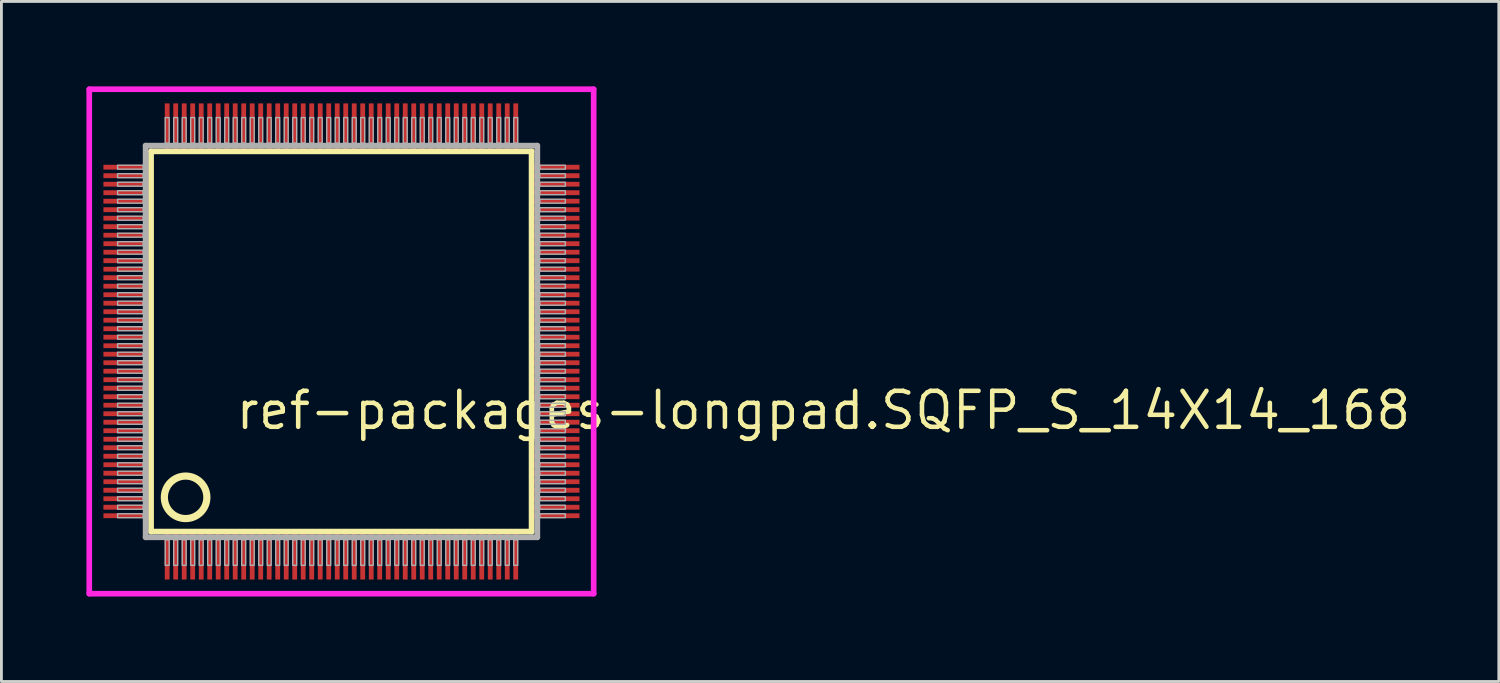
<source format=kicad_pcb>
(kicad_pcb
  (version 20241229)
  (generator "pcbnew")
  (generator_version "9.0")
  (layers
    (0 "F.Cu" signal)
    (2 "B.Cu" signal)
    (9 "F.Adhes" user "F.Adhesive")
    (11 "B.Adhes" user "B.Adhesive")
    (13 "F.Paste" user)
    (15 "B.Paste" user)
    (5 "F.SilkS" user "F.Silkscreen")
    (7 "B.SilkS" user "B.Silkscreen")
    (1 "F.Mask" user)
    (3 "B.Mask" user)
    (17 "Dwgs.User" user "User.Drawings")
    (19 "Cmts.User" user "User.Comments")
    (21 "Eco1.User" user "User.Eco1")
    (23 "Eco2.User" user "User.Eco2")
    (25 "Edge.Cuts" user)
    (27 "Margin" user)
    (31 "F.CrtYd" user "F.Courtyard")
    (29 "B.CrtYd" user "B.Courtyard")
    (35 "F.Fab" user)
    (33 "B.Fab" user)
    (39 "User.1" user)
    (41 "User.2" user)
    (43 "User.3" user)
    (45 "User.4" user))
  (footprint "ref-packages-longpad.SQFP_S_14X14_168"
    (layer "F.Cu")
    (at 9 9)
    (property "Reference" "ref-packages-longpad.SQFP_S_14X14_168" (at -3.81 3.175 0) (layer "F.SilkS") (effects (font (size 1.27 1.27) (thickness 0.16)) (justify left bottom)))
    (attr smd)
    (fp_line (start -6.72 -6.71) (end 6.71 -6.71) (stroke (width 0.203) (type default)) (layer "F.SilkS"))
    (fp_line (start -6.72 6.71) (end -6.72 -6.71) (stroke (width 0.203) (type default)) (layer "F.SilkS"))
    (fp_line (start 6.71 -6.71) (end 6.71 6.71) (stroke (width 0.203) (type default)) (layer "F.SilkS"))
    (fp_line (start 6.71 6.71) (end -6.72 6.71) (stroke (width 0.203) (type default)) (layer "F.SilkS"))
    (fp_circle (center -5.5 5.5) (end -4.75 5.5) (stroke (width 0.254) (type default)) (fill no) (layer "F.SilkS"))
    (fp_line (start -8.9 -8.9) (end 8.9 -8.9) (stroke (width 0.2) (type default)) (layer "F.CrtYd"))
    (fp_line (start -8.9 8.9) (end -8.9 -8.9) (stroke (width 0.2) (type default)) (layer "F.CrtYd"))
    (fp_line (start 8.9 -8.9) (end 8.9 8.9) (stroke (width 0.2) (type default)) (layer "F.CrtYd"))
    (fp_line (start 8.9 8.9) (end -8.9 8.9) (stroke (width 0.2) (type default)) (layer "F.CrtYd"))
    (fp_line (start -6.91 -6.91) (end -6.91 6.91) (stroke (width 0.203) (type default)) (layer "F.Fab"))
    (fp_line (start -6.91 6.91) (end 6.91 6.91) (stroke (width 0.203) (type default)) (layer "F.Fab"))
    (fp_line (start 6.91 -6.91) (end -6.91 -6.91) (stroke (width 0.203) (type default)) (layer "F.Fab"))
    (fp_line (start 6.91 6.91) (end 6.91 -6.91) (stroke (width 0.203) (type default)) (layer "F.Fab"))
    (fp_rect (start -7.9 -6.08) (end -7 -6.22) (stroke (width 0.05) (type default)) (fill no) (layer "F.Fab"))
    (fp_rect (start -7.9 -5.78) (end -7 -5.92) (stroke (width 0.05) (type default)) (fill no) (layer "F.Fab"))
    (fp_rect (start -7.9 -5.48) (end -7 -5.62) (stroke (width 0.05) (type default)) (fill no) (layer "F.Fab"))
    (fp_rect (start -7.9 -5.18) (end -7 -5.32) (stroke (width 0.05) (type default)) (fill no) (layer "F.Fab"))
    (fp_rect (start -7.9 -4.88) (end -7 -5.02) (stroke (width 0.05) (type default)) (fill no) (layer "F.Fab"))
    (fp_rect (start -7.9 -4.58) (end -7 -4.72) (stroke (width 0.05) (type default)) (fill no) (layer "F.Fab"))
    (fp_rect (start -7.9 -4.28) (end -7 -4.42) (stroke (width 0.05) (type default)) (fill no) (layer "F.Fab"))
    (fp_rect (start -7.9 -3.98) (end -7 -4.12) (stroke (width 0.05) (type default)) (fill no) (layer "F.Fab"))
    (fp_rect (start -7.9 -3.68) (end -7 -3.82) (stroke (width 0.05) (type default)) (fill no) (layer "F.Fab"))
    (fp_rect (start -7.9 -3.38) (end -7 -3.52) (stroke (width 0.05) (type default)) (fill no) (layer "F.Fab"))
    (fp_rect (start -7.9 -3.08) (end -7 -3.22) (stroke (width 0.05) (type default)) (fill no) (layer "F.Fab"))
    (fp_rect (start -7.9 -2.78) (end -7 -2.92) (stroke (width 0.05) (type default)) (fill no) (layer "F.Fab"))
    (fp_rect (start -7.9 -2.48) (end -7 -2.62) (stroke (width 0.05) (type default)) (fill no) (layer "F.Fab"))
    (fp_rect (start -7.9 -2.18) (end -7 -2.32) (stroke (width 0.05) (type default)) (fill no) (layer "F.Fab"))
    (fp_rect (start -7.9 -1.88) (end -7 -2.02) (stroke (width 0.05) (type default)) (fill no) (layer "F.Fab"))
    (fp_rect (start -7.9 -1.58) (end -7 -1.72) (stroke (width 0.05) (type default)) (fill no) (layer "F.Fab"))
    (fp_rect (start -7.9 -1.28) (end -7 -1.42) (stroke (width 0.05) (type default)) (fill no) (layer "F.Fab"))
    (fp_rect (start -7.9 -0.98) (end -7 -1.12) (stroke (width 0.05) (type default)) (fill no) (layer "F.Fab"))
    (fp_rect (start -7.9 -0.68) (end -7 -0.82) (stroke (width 0.05) (type default)) (fill no) (layer "F.Fab"))
    (fp_rect (start -7.9 -0.38) (end -7 -0.52) (stroke (width 0.05) (type default)) (fill no) (layer "F.Fab"))
    (fp_rect (start -7.9 -0.08) (end -7 -0.22) (stroke (width 0.05) (type default)) (fill no) (layer "F.Fab"))
    (fp_rect (start -7.9 0.22) (end -7 0.08) (stroke (width 0.05) (type default)) (fill no) (layer "F.Fab"))
    (fp_rect (start -7.9 0.52) (end -7 0.38) (stroke (width 0.05) (type default)) (fill no) (layer "F.Fab"))
    (fp_rect (start -7.9 0.82) (end -7 0.68) (stroke (width 0.05) (type default)) (fill no) (layer "F.Fab"))
    (fp_rect (start -7.9 1.12) (end -7 0.98) (stroke (width 0.05) (type default)) (fill no) (layer "F.Fab"))
    (fp_rect (start -7.9 1.42) (end -7 1.28) (stroke (width 0.05) (type default)) (fill no) (layer "F.Fab"))
    (fp_rect (start -7.9 1.72) (end -7 1.58) (stroke (width 0.05) (type default)) (fill no) (layer "F.Fab"))
    (fp_rect (start -7.9 2.02) (end -7 1.88) (stroke (width 0.05) (type default)) (fill no) (layer "F.Fab"))
    (fp_rect (start -7.9 2.32) (end -7 2.18) (stroke (width 0.05) (type default)) (fill no) (layer "F.Fab"))
    (fp_rect (start -7.9 2.62) (end -7 2.48) (stroke (width 0.05) (type default)) (fill no) (layer "F.Fab"))
    (fp_rect (start -7.9 2.92) (end -7 2.78) (stroke (width 0.05) (type default)) (fill no) (layer "F.Fab"))
    (fp_rect (start -7.9 3.22) (end -7 3.08) (stroke (width 0.05) (type default)) (fill no) (layer "F.Fab"))
    (fp_rect (start -7.9 3.52) (end -7 3.38) (stroke (width 0.05) (type default)) (fill no) (layer "F.Fab"))
    (fp_rect (start -7.9 3.82) (end -7 3.68) (stroke (width 0.05) (type default)) (fill no) (layer "F.Fab"))
    (fp_rect (start -7.9 4.12) (end -7 3.98) (stroke (width 0.05) (type default)) (fill no) (layer "F.Fab"))
    (fp_rect (start -7.9 4.42) (end -7 4.28) (stroke (width 0.05) (type default)) (fill no) (layer "F.Fab"))
    (fp_rect (start -7.9 4.72) (end -7 4.58) (stroke (width 0.05) (type default)) (fill no) (layer "F.Fab"))
    (fp_rect (start -7.9 5.02) (end -7 4.88) (stroke (width 0.05) (type default)) (fill no) (layer "F.Fab"))
    (fp_rect (start -7.9 5.32) (end -7 5.18) (stroke (width 0.05) (type default)) (fill no) (layer "F.Fab"))
    (fp_rect (start -7.9 5.62) (end -7 5.48) (stroke (width 0.05) (type default)) (fill no) (layer "F.Fab"))
    (fp_rect (start -7.9 5.92) (end -7 5.78) (stroke (width 0.05) (type default)) (fill no) (layer "F.Fab"))
    (fp_rect (start -7.9 6.22) (end -7 6.08) (stroke (width 0.05) (type default)) (fill no) (layer "F.Fab"))
    (fp_rect (start -6.22 -7) (end -6.08 -7.9) (stroke (width 0.05) (type default)) (fill no) (layer "F.Fab"))
    (fp_rect (start -6.22 7.9) (end -6.08 7) (stroke (width 0.05) (type default)) (fill no) (layer "F.Fab"))
    (fp_rect (start -5.92 -7) (end -5.78 -7.9) (stroke (width 0.05) (type default)) (fill no) (layer "F.Fab"))
    (fp_rect (start -5.92 7.9) (end -5.78 7) (stroke (width 0.05) (type default)) (fill no) (layer "F.Fab"))
    (fp_rect (start -5.62 -7) (end -5.48 -7.9) (stroke (width 0.05) (type default)) (fill no) (layer "F.Fab"))
    (fp_rect (start -5.62 7.9) (end -5.48 7) (stroke (width 0.05) (type default)) (fill no) (layer "F.Fab"))
    (fp_rect (start -5.32 -7) (end -5.18 -7.9) (stroke (width 0.05) (type default)) (fill no) (layer "F.Fab"))
    (fp_rect (start -5.32 7.9) (end -5.18 7) (stroke (width 0.05) (type default)) (fill no) (layer "F.Fab"))
    (fp_rect (start -5.02 -7) (end -4.88 -7.9) (stroke (width 0.05) (type default)) (fill no) (layer "F.Fab"))
    (fp_rect (start -5.02 7.9) (end -4.88 7) (stroke (width 0.05) (type default)) (fill no) (layer "F.Fab"))
    (fp_rect (start -4.72 -7) (end -4.58 -7.9) (stroke (width 0.05) (type default)) (fill no) (layer "F.Fab"))
    (fp_rect (start -4.72 7.9) (end -4.58 7) (stroke (width 0.05) (type default)) (fill no) (layer "F.Fab"))
    (fp_rect (start -4.42 -7) (end -4.28 -7.9) (stroke (width 0.05) (type default)) (fill no) (layer "F.Fab"))
    (fp_rect (start -4.42 7.9) (end -4.28 7) (stroke (width 0.05) (type default)) (fill no) (layer "F.Fab"))
    (fp_rect (start -4.12 -7) (end -3.98 -7.9) (stroke (width 0.05) (type default)) (fill no) (layer "F.Fab"))
    (fp_rect (start -4.12 7.9) (end -3.98 7) (stroke (width 0.05) (type default)) (fill no) (layer "F.Fab"))
    (fp_rect (start -3.82 -7) (end -3.68 -7.9) (stroke (width 0.05) (type default)) (fill no) (layer "F.Fab"))
    (fp_rect (start -3.82 7.9) (end -3.68 7) (stroke (width 0.05) (type default)) (fill no) (layer "F.Fab"))
    (fp_rect (start -3.52 -7) (end -3.38 -7.9) (stroke (width 0.05) (type default)) (fill no) (layer "F.Fab"))
    (fp_rect (start -3.52 7.9) (end -3.38 7) (stroke (width 0.05) (type default)) (fill no) (layer "F.Fab"))
    (fp_rect (start -3.22 -7) (end -3.08 -7.9) (stroke (width 0.05) (type default)) (fill no) (layer "F.Fab"))
    (fp_rect (start -3.22 7.9) (end -3.08 7) (stroke (width 0.05) (type default)) (fill no) (layer "F.Fab"))
    (fp_rect (start -2.92 -7) (end -2.78 -7.9) (stroke (width 0.05) (type default)) (fill no) (layer "F.Fab"))
    (fp_rect (start -2.92 7.9) (end -2.78 7) (stroke (width 0.05) (type default)) (fill no) (layer "F.Fab"))
    (fp_rect (start -2.62 -7) (end -2.48 -7.9) (stroke (width 0.05) (type default)) (fill no) (layer "F.Fab"))
    (fp_rect (start -2.62 7.9) (end -2.48 7) (stroke (width 0.05) (type default)) (fill no) (layer "F.Fab"))
    (fp_rect (start -2.32 -7) (end -2.18 -7.9) (stroke (width 0.05) (type default)) (fill no) (layer "F.Fab"))
    (fp_rect (start -2.32 7.9) (end -2.18 7) (stroke (width 0.05) (type default)) (fill no) (layer "F.Fab"))
    (fp_rect (start -2.02 -7) (end -1.88 -7.9) (stroke (width 0.05) (type default)) (fill no) (layer "F.Fab"))
    (fp_rect (start -2.02 7.9) (end -1.88 7) (stroke (width 0.05) (type default)) (fill no) (layer "F.Fab"))
    (fp_rect (start -1.72 -7) (end -1.58 -7.9) (stroke (width 0.05) (type default)) (fill no) (layer "F.Fab"))
    (fp_rect (start -1.72 7.9) (end -1.58 7) (stroke (width 0.05) (type default)) (fill no) (layer "F.Fab"))
    (fp_rect (start -1.42 -7) (end -1.28 -7.9) (stroke (width 0.05) (type default)) (fill no) (layer "F.Fab"))
    (fp_rect (start -1.42 7.9) (end -1.28 7) (stroke (width 0.05) (type default)) (fill no) (layer "F.Fab"))
    (fp_rect (start -1.12 -7) (end -0.98 -7.9) (stroke (width 0.05) (type default)) (fill no) (layer "F.Fab"))
    (fp_rect (start -1.12 7.9) (end -0.98 7) (stroke (width 0.05) (type default)) (fill no) (layer "F.Fab"))
    (fp_rect (start -0.82 -7) (end -0.68 -7.9) (stroke (width 0.05) (type default)) (fill no) (layer "F.Fab"))
    (fp_rect (start -0.82 7.9) (end -0.68 7) (stroke (width 0.05) (type default)) (fill no) (layer "F.Fab"))
    (fp_rect (start -0.52 -7) (end -0.38 -7.9) (stroke (width 0.05) (type default)) (fill no) (layer "F.Fab"))
    (fp_rect (start -0.52 7.9) (end -0.38 7) (stroke (width 0.05) (type default)) (fill no) (layer "F.Fab"))
    (fp_rect (start -0.22 -7) (end -0.08 -7.9) (stroke (width 0.05) (type default)) (fill no) (layer "F.Fab"))
    (fp_rect (start -0.22 7.9) (end -0.08 7) (stroke (width 0.05) (type default)) (fill no) (layer "F.Fab"))
    (fp_rect (start 0.08 -7) (end 0.22 -7.9) (stroke (width 0.05) (type default)) (fill no) (layer "F.Fab"))
    (fp_rect (start 0.08 7.9) (end 0.22 7) (stroke (width 0.05) (type default)) (fill no) (layer "F.Fab"))
    (fp_rect (start 0.38 -7) (end 0.52 -7.9) (stroke (width 0.05) (type default)) (fill no) (layer "F.Fab"))
    (fp_rect (start 0.38 7.9) (end 0.52 7) (stroke (width 0.05) (type default)) (fill no) (layer "F.Fab"))
    (fp_rect (start 0.68 -7) (end 0.82 -7.9) (stroke (width 0.05) (type default)) (fill no) (layer "F.Fab"))
    (fp_rect (start 0.68 7.9) (end 0.82 7) (stroke (width 0.05) (type default)) (fill no) (layer "F.Fab"))
    (fp_rect (start 0.98 -7) (end 1.12 -7.9) (stroke (width 0.05) (type default)) (fill no) (layer "F.Fab"))
    (fp_rect (start 0.98 7.9) (end 1.12 7) (stroke (width 0.05) (type default)) (fill no) (layer "F.Fab"))
    (fp_rect (start 1.28 -7) (end 1.42 -7.9) (stroke (width 0.05) (type default)) (fill no) (layer "F.Fab"))
    (fp_rect (start 1.28 7.9) (end 1.42 7) (stroke (width 0.05) (type default)) (fill no) (layer "F.Fab"))
    (fp_rect (start 1.58 -7) (end 1.72 -7.9) (stroke (width 0.05) (type default)) (fill no) (layer "F.Fab"))
    (fp_rect (start 1.58 7.9) (end 1.72 7) (stroke (width 0.05) (type default)) (fill no) (layer "F.Fab"))
    (fp_rect (start 1.88 -7) (end 2.02 -7.9) (stroke (width 0.05) (type default)) (fill no) (layer "F.Fab"))
    (fp_rect (start 1.88 7.9) (end 2.02 7) (stroke (width 0.05) (type default)) (fill no) (layer "F.Fab"))
    (fp_rect (start 2.18 -7) (end 2.32 -7.9) (stroke (width 0.05) (type default)) (fill no) (layer "F.Fab"))
    (fp_rect (start 2.18 7.9) (end 2.32 7) (stroke (width 0.05) (type default)) (fill no) (layer "F.Fab"))
    (fp_rect (start 2.48 -7) (end 2.62 -7.9) (stroke (width 0.05) (type default)) (fill no) (layer "F.Fab"))
    (fp_rect (start 2.48 7.9) (end 2.62 7) (stroke (width 0.05) (type default)) (fill no) (layer "F.Fab"))
    (fp_rect (start 2.78 -7) (end 2.92 -7.9) (stroke (width 0.05) (type default)) (fill no) (layer "F.Fab"))
    (fp_rect (start 2.78 7.9) (end 2.92 7) (stroke (width 0.05) (type default)) (fill no) (layer "F.Fab"))
    (fp_rect (start 3.08 -7) (end 3.22 -7.9) (stroke (width 0.05) (type default)) (fill no) (layer "F.Fab"))
    (fp_rect (start 3.08 7.9) (end 3.22 7) (stroke (width 0.05) (type default)) (fill no) (layer "F.Fab"))
    (fp_rect (start 3.38 -7) (end 3.52 -7.9) (stroke (width 0.05) (type default)) (fill no) (layer "F.Fab"))
    (fp_rect (start 3.38 7.9) (end 3.52 7) (stroke (width 0.05) (type default)) (fill no) (layer "F.Fab"))
    (fp_rect (start 3.68 -7) (end 3.82 -7.9) (stroke (width 0.05) (type default)) (fill no) (layer "F.Fab"))
    (fp_rect (start 3.68 7.9) (end 3.82 7) (stroke (width 0.05) (type default)) (fill no) (layer "F.Fab"))
    (fp_rect (start 3.98 -7) (end 4.12 -7.9) (stroke (width 0.05) (type default)) (fill no) (layer "F.Fab"))
    (fp_rect (start 3.98 7.9) (end 4.12 7) (stroke (width 0.05) (type default)) (fill no) (layer "F.Fab"))
    (fp_rect (start 4.28 -7) (end 4.42 -7.9) (stroke (width 0.05) (type default)) (fill no) (layer "F.Fab"))
    (fp_rect (start 4.28 7.9) (end 4.42 7) (stroke (width 0.05) (type default)) (fill no) (layer "F.Fab"))
    (fp_rect (start 4.58 -7) (end 4.72 -7.9) (stroke (width 0.05) (type default)) (fill no) (layer "F.Fab"))
    (fp_rect (start 4.58 7.9) (end 4.72 7) (stroke (width 0.05) (type default)) (fill no) (layer "F.Fab"))
    (fp_rect (start 4.88 -7) (end 5.02 -7.9) (stroke (width 0.05) (type default)) (fill no) (layer "F.Fab"))
    (fp_rect (start 4.88 7.9) (end 5.02 7) (stroke (width 0.05) (type default)) (fill no) (layer "F.Fab"))
    (fp_rect (start 5.18 -7) (end 5.32 -7.9) (stroke (width 0.05) (type default)) (fill no) (layer "F.Fab"))
    (fp_rect (start 5.18 7.9) (end 5.32 7) (stroke (width 0.05) (type default)) (fill no) (layer "F.Fab"))
    (fp_rect (start 5.48 -7) (end 5.62 -7.9) (stroke (width 0.05) (type default)) (fill no) (layer "F.Fab"))
    (fp_rect (start 5.48 7.9) (end 5.62 7) (stroke (width 0.05) (type default)) (fill no) (layer "F.Fab"))
    (fp_rect (start 5.78 -7) (end 5.92 -7.9) (stroke (width 0.05) (type default)) (fill no) (layer "F.Fab"))
    (fp_rect (start 5.78 7.9) (end 5.92 7) (stroke (width 0.05) (type default)) (fill no) (layer "F.Fab"))
    (fp_rect (start 6.08 -7) (end 6.22 -7.9) (stroke (width 0.05) (type default)) (fill no) (layer "F.Fab"))
    (fp_rect (start 6.08 7.9) (end 6.22 7) (stroke (width 0.05) (type default)) (fill no) (layer "F.Fab"))
    (fp_rect (start 7 -6.08) (end 7.9 -6.22) (stroke (width 0.05) (type default)) (fill no) (layer "F.Fab"))
    (fp_rect (start 7 -5.78) (end 7.9 -5.92) (stroke (width 0.05) (type default)) (fill no) (layer "F.Fab"))
    (fp_rect (start 7 -5.48) (end 7.9 -5.62) (stroke (width 0.05) (type default)) (fill no) (layer "F.Fab"))
    (fp_rect (start 7 -5.18) (end 7.9 -5.32) (stroke (width 0.05) (type default)) (fill no) (layer "F.Fab"))
    (fp_rect (start 7 -4.88) (end 7.9 -5.02) (stroke (width 0.05) (type default)) (fill no) (layer "F.Fab"))
    (fp_rect (start 7 -4.58) (end 7.9 -4.72) (stroke (width 0.05) (type default)) (fill no) (layer "F.Fab"))
    (fp_rect (start 7 -4.28) (end 7.9 -4.42) (stroke (width 0.05) (type default)) (fill no) (layer "F.Fab"))
    (fp_rect (start 7 -3.98) (end 7.9 -4.12) (stroke (width 0.05) (type default)) (fill no) (layer "F.Fab"))
    (fp_rect (start 7 -3.68) (end 7.9 -3.82) (stroke (width 0.05) (type default)) (fill no) (layer "F.Fab"))
    (fp_rect (start 7 -3.38) (end 7.9 -3.52) (stroke (width 0.05) (type default)) (fill no) (layer "F.Fab"))
    (fp_rect (start 7 -3.08) (end 7.9 -3.22) (stroke (width 0.05) (type default)) (fill no) (layer "F.Fab"))
    (fp_rect (start 7 -2.78) (end 7.9 -2.92) (stroke (width 0.05) (type default)) (fill no) (layer "F.Fab"))
    (fp_rect (start 7 -2.48) (end 7.9 -2.62) (stroke (width 0.05) (type default)) (fill no) (layer "F.Fab"))
    (fp_rect (start 7 -2.18) (end 7.9 -2.32) (stroke (width 0.05) (type default)) (fill no) (layer "F.Fab"))
    (fp_rect (start 7 -1.88) (end 7.9 -2.02) (stroke (width 0.05) (type default)) (fill no) (layer "F.Fab"))
    (fp_rect (start 7 -1.58) (end 7.9 -1.72) (stroke (width 0.05) (type default)) (fill no) (layer "F.Fab"))
    (fp_rect (start 7 -1.28) (end 7.9 -1.42) (stroke (width 0.05) (type default)) (fill no) (layer "F.Fab"))
    (fp_rect (start 7 -0.98) (end 7.9 -1.12) (stroke (width 0.05) (type default)) (fill no) (layer "F.Fab"))
    (fp_rect (start 7 -0.68) (end 7.9 -0.82) (stroke (width 0.05) (type default)) (fill no) (layer "F.Fab"))
    (fp_rect (start 7 -0.38) (end 7.9 -0.52) (stroke (width 0.05) (type default)) (fill no) (layer "F.Fab"))
    (fp_rect (start 7 -0.08) (end 7.9 -0.22) (stroke (width 0.05) (type default)) (fill no) (layer "F.Fab"))
    (fp_rect (start 7 0.22) (end 7.9 0.08) (stroke (width 0.05) (type default)) (fill no) (layer "F.Fab"))
    (fp_rect (start 7 0.52) (end 7.9 0.38) (stroke (width 0.05) (type default)) (fill no) (layer "F.Fab"))
    (fp_rect (start 7 0.82) (end 7.9 0.68) (stroke (width 0.05) (type default)) (fill no) (layer "F.Fab"))
    (fp_rect (start 7 1.12) (end 7.9 0.98) (stroke (width 0.05) (type default)) (fill no) (layer "F.Fab"))
    (fp_rect (start 7 1.42) (end 7.9 1.28) (stroke (width 0.05) (type default)) (fill no) (layer "F.Fab"))
    (fp_rect (start 7 1.72) (end 7.9 1.58) (stroke (width 0.05) (type default)) (fill no) (layer "F.Fab"))
    (fp_rect (start 7 2.02) (end 7.9 1.88) (stroke (width 0.05) (type default)) (fill no) (layer "F.Fab"))
    (fp_rect (start 7 2.32) (end 7.9 2.18) (stroke (width 0.05) (type default)) (fill no) (layer "F.Fab"))
    (fp_rect (start 7 2.62) (end 7.9 2.48) (stroke (width 0.05) (type default)) (fill no) (layer "F.Fab"))
    (fp_rect (start 7 2.92) (end 7.9 2.78) (stroke (width 0.05) (type default)) (fill no) (layer "F.Fab"))
    (fp_rect (start 7 3.22) (end 7.9 3.08) (stroke (width 0.05) (type default)) (fill no) (layer "F.Fab"))
    (fp_rect (start 7 3.52) (end 7.9 3.38) (stroke (width 0.05) (type default)) (fill no) (layer "F.Fab"))
    (fp_rect (start 7 3.82) (end 7.9 3.68) (stroke (width 0.05) (type default)) (fill no) (layer "F.Fab"))
    (fp_rect (start 7 4.12) (end 7.9 3.98) (stroke (width 0.05) (type default)) (fill no) (layer "F.Fab"))
    (fp_rect (start 7 4.42) (end 7.9 4.28) (stroke (width 0.05) (type default)) (fill no) (layer "F.Fab"))
    (fp_rect (start 7 4.72) (end 7.9 4.58) (stroke (width 0.05) (type default)) (fill no) (layer "F.Fab"))
    (fp_rect (start 7 5.02) (end 7.9 4.88) (stroke (width 0.05) (type default)) (fill no) (layer "F.Fab"))
    (fp_rect (start 7 5.32) (end 7.9 5.18) (stroke (width 0.05) (type default)) (fill no) (layer "F.Fab"))
    (fp_rect (start 7 5.62) (end 7.9 5.48) (stroke (width 0.05) (type default)) (fill no) (layer "F.Fab"))
    (fp_rect (start 7 5.92) (end 7.9 5.78) (stroke (width 0.05) (type default)) (fill no) (layer "F.Fab"))
    (fp_rect (start 7 6.22) (end 7.9 6.08) (stroke (width 0.05) (type default)) (fill no) (layer "F.Fab"))
    (pad "1" smd roundrect (at -6.15 7.6) (size 0.17 1.6) (layers "F.Cu" "F.Mask" "F.Paste") (roundrect_rratio 0.01))
    (pad "2" smd roundrect (at -5.85 7.6) (size 0.17 1.6) (layers "F.Cu" "F.Mask" "F.Paste") (roundrect_rratio 0.01))
    (pad "3" smd roundrect (at -5.55 7.6) (size 0.17 1.6) (layers "F.Cu" "F.Mask" "F.Paste") (roundrect_rratio 0.01))
    (pad "4" smd roundrect (at -5.25 7.6) (size 0.17 1.6) (layers "F.Cu" "F.Mask" "F.Paste") (roundrect_rratio 0.01))
    (pad "5" smd roundrect (at -4.95 7.6) (size 0.17 1.6) (layers "F.Cu" "F.Mask" "F.Paste") (roundrect_rratio 0.01))
    (pad "6" smd roundrect (at -4.65 7.6) (size 0.17 1.6) (layers "F.Cu" "F.Mask" "F.Paste") (roundrect_rratio 0.01))
    (pad "7" smd roundrect (at -4.35 7.6) (size 0.17 1.6) (layers "F.Cu" "F.Mask" "F.Paste") (roundrect_rratio 0.01))
    (pad "8" smd roundrect (at -4.05 7.6) (size 0.17 1.6) (layers "F.Cu" "F.Mask" "F.Paste") (roundrect_rratio 0.01))
    (pad "9" smd roundrect (at -3.75 7.6) (size 0.17 1.6) (layers "F.Cu" "F.Mask" "F.Paste") (roundrect_rratio 0.01))
    (pad "10" smd roundrect (at -3.45 7.6) (size 0.17 1.6) (layers "F.Cu" "F.Mask" "F.Paste") (roundrect_rratio 0.01))
    (pad "11" smd roundrect (at -3.15 7.6) (size 0.17 1.6) (layers "F.Cu" "F.Mask" "F.Paste") (roundrect_rratio 0.01))
    (pad "12" smd roundrect (at -2.85 7.6) (size 0.17 1.6) (layers "F.Cu" "F.Mask" "F.Paste") (roundrect_rratio 0.01))
    (pad "13" smd roundrect (at -2.55 7.6) (size 0.17 1.6) (layers "F.Cu" "F.Mask" "F.Paste") (roundrect_rratio 0.01))
    (pad "14" smd roundrect (at -2.25 7.6) (size 0.17 1.6) (layers "F.Cu" "F.Mask" "F.Paste") (roundrect_rratio 0.01))
    (pad "15" smd roundrect (at -1.95 7.6) (size 0.17 1.6) (layers "F.Cu" "F.Mask" "F.Paste") (roundrect_rratio 0.01))
    (pad "16" smd roundrect (at -1.65 7.6) (size 0.17 1.6) (layers "F.Cu" "F.Mask" "F.Paste") (roundrect_rratio 0.01))
    (pad "17" smd roundrect (at -1.35 7.6) (size 0.17 1.6) (layers "F.Cu" "F.Mask" "F.Paste") (roundrect_rratio 0.01))
    (pad "18" smd roundrect (at -1.05 7.6) (size 0.17 1.6) (layers "F.Cu" "F.Mask" "F.Paste") (roundrect_rratio 0.01))
    (pad "19" smd roundrect (at -0.75 7.6) (size 0.17 1.6) (layers "F.Cu" "F.Mask" "F.Paste") (roundrect_rratio 0.01))
    (pad "20" smd roundrect (at -0.45 7.6) (size 0.17 1.6) (layers "F.Cu" "F.Mask" "F.Paste") (roundrect_rratio 0.01))
    (pad "21" smd roundrect (at -0.15 7.6) (size 0.17 1.6) (layers "F.Cu" "F.Mask" "F.Paste") (roundrect_rratio 0.01))
    (pad "22" smd roundrect (at 0.15 7.6) (size 0.17 1.6) (layers "F.Cu" "F.Mask" "F.Paste") (roundrect_rratio 0.01))
    (pad "23" smd roundrect (at 0.45 7.6) (size 0.17 1.6) (layers "F.Cu" "F.Mask" "F.Paste") (roundrect_rratio 0.01))
    (pad "24" smd roundrect (at 0.75 7.6) (size 0.17 1.6) (layers "F.Cu" "F.Mask" "F.Paste") (roundrect_rratio 0.01))
    (pad "25" smd roundrect (at 1.05 7.6) (size 0.17 1.6) (layers "F.Cu" "F.Mask" "F.Paste") (roundrect_rratio 0.01))
    (pad "26" smd roundrect (at 1.35 7.6) (size 0.17 1.6) (layers "F.Cu" "F.Mask" "F.Paste") (roundrect_rratio 0.01))
    (pad "27" smd roundrect (at 1.65 7.6) (size 0.17 1.6) (layers "F.Cu" "F.Mask" "F.Paste") (roundrect_rratio 0.01))
    (pad "28" smd roundrect (at 1.95 7.6) (size 0.17 1.6) (layers "F.Cu" "F.Mask" "F.Paste") (roundrect_rratio 0.01))
    (pad "29" smd roundrect (at 2.25 7.6) (size 0.17 1.6) (layers "F.Cu" "F.Mask" "F.Paste") (roundrect_rratio 0.01))
    (pad "30" smd roundrect (at 2.55 7.6) (size 0.17 1.6) (layers "F.Cu" "F.Mask" "F.Paste") (roundrect_rratio 0.01))
    (pad "31" smd roundrect (at 2.85 7.6) (size 0.17 1.6) (layers "F.Cu" "F.Mask" "F.Paste") (roundrect_rratio 0.01))
    (pad "32" smd roundrect (at 3.15 7.6) (size 0.17 1.6) (layers "F.Cu" "F.Mask" "F.Paste") (roundrect_rratio 0.01))
    (pad "33" smd roundrect (at 3.45 7.6) (size 0.17 1.6) (layers "F.Cu" "F.Mask" "F.Paste") (roundrect_rratio 0.01))
    (pad "34" smd roundrect (at 3.75 7.6) (size 0.17 1.6) (layers "F.Cu" "F.Mask" "F.Paste") (roundrect_rratio 0.01))
    (pad "35" smd roundrect (at 4.05 7.6) (size 0.17 1.6) (layers "F.Cu" "F.Mask" "F.Paste") (roundrect_rratio 0.01))
    (pad "36" smd roundrect (at 4.35 7.6) (size 0.17 1.6) (layers "F.Cu" "F.Mask" "F.Paste") (roundrect_rratio 0.01))
    (pad "37" smd roundrect (at 4.65 7.6) (size 0.17 1.6) (layers "F.Cu" "F.Mask" "F.Paste") (roundrect_rratio 0.01))
    (pad "38" smd roundrect (at 4.95 7.6) (size 0.17 1.6) (layers "F.Cu" "F.Mask" "F.Paste") (roundrect_rratio 0.01))
    (pad "39" smd roundrect (at 5.25 7.6) (size 0.17 1.6) (layers "F.Cu" "F.Mask" "F.Paste") (roundrect_rratio 0.01))
    (pad "40" smd roundrect (at 5.55 7.6) (size 0.17 1.6) (layers "F.Cu" "F.Mask" "F.Paste") (roundrect_rratio 0.01))
    (pad "41" smd roundrect (at 5.85 7.6) (size 0.17 1.6) (layers "F.Cu" "F.Mask" "F.Paste") (roundrect_rratio 0.01))
    (pad "42" smd roundrect (at 6.15 7.6) (size 0.17 1.6) (layers "F.Cu" "F.Mask" "F.Paste") (roundrect_rratio 0.01))
    (pad "43" smd roundrect (at 7.6 6.15) (size 1.6 0.17) (layers "F.Cu" "F.Mask" "F.Paste") (roundrect_rratio 0.01))
    (pad "44" smd roundrect (at 7.6 5.85) (size 1.6 0.17) (layers "F.Cu" "F.Mask" "F.Paste") (roundrect_rratio 0.01))
    (pad "45" smd roundrect (at 7.6 5.55) (size 1.6 0.17) (layers "F.Cu" "F.Mask" "F.Paste") (roundrect_rratio 0.01))
    (pad "46" smd roundrect (at 7.6 5.25) (size 1.6 0.17) (layers "F.Cu" "F.Mask" "F.Paste") (roundrect_rratio 0.01))
    (pad "47" smd roundrect (at 7.6 4.95) (size 1.6 0.17) (layers "F.Cu" "F.Mask" "F.Paste") (roundrect_rratio 0.01))
    (pad "48" smd roundrect (at 7.6 4.65) (size 1.6 0.17) (layers "F.Cu" "F.Mask" "F.Paste") (roundrect_rratio 0.01))
    (pad "49" smd roundrect (at 7.6 4.35) (size 1.6 0.17) (layers "F.Cu" "F.Mask" "F.Paste") (roundrect_rratio 0.01))
    (pad "50" smd roundrect (at 7.6 4.05) (size 1.6 0.17) (layers "F.Cu" "F.Mask" "F.Paste") (roundrect_rratio 0.01))
    (pad "51" smd roundrect (at 7.6 3.75) (size 1.6 0.17) (layers "F.Cu" "F.Mask" "F.Paste") (roundrect_rratio 0.01))
    (pad "52" smd roundrect (at 7.6 3.45) (size 1.6 0.17) (layers "F.Cu" "F.Mask" "F.Paste") (roundrect_rratio 0.01))
    (pad "53" smd roundrect (at 7.6 3.15) (size 1.6 0.17) (layers "F.Cu" "F.Mask" "F.Paste") (roundrect_rratio 0.01))
    (pad "54" smd roundrect (at 7.6 2.85) (size 1.6 0.17) (layers "F.Cu" "F.Mask" "F.Paste") (roundrect_rratio 0.01))
    (pad "55" smd roundrect (at 7.6 2.55) (size 1.6 0.17) (layers "F.Cu" "F.Mask" "F.Paste") (roundrect_rratio 0.01))
    (pad "56" smd roundrect (at 7.6 2.25) (size 1.6 0.17) (layers "F.Cu" "F.Mask" "F.Paste") (roundrect_rratio 0.01))
    (pad "57" smd roundrect (at 7.6 1.95) (size 1.6 0.17) (layers "F.Cu" "F.Mask" "F.Paste") (roundrect_rratio 0.01))
    (pad "58" smd roundrect (at 7.6 1.65) (size 1.6 0.17) (layers "F.Cu" "F.Mask" "F.Paste") (roundrect_rratio 0.01))
    (pad "59" smd roundrect (at 7.6 1.35) (size 1.6 0.17) (layers "F.Cu" "F.Mask" "F.Paste") (roundrect_rratio 0.01))
    (pad "60" smd roundrect (at 7.6 1.05) (size 1.6 0.17) (layers "F.Cu" "F.Mask" "F.Paste") (roundrect_rratio 0.01))
    (pad "61" smd roundrect (at 7.6 0.75) (size 1.6 0.17) (layers "F.Cu" "F.Mask" "F.Paste") (roundrect_rratio 0.01))
    (pad "62" smd roundrect (at 7.6 0.45) (size 1.6 0.17) (layers "F.Cu" "F.Mask" "F.Paste") (roundrect_rratio 0.01))
    (pad "63" smd roundrect (at 7.6 0.15) (size 1.6 0.17) (layers "F.Cu" "F.Mask" "F.Paste") (roundrect_rratio 0.01))
    (pad "64" smd roundrect (at 7.6 -0.15) (size 1.6 0.17) (layers "F.Cu" "F.Mask" "F.Paste") (roundrect_rratio 0.01))
    (pad "65" smd roundrect (at 7.6 -0.45) (size 1.6 0.17) (layers "F.Cu" "F.Mask" "F.Paste") (roundrect_rratio 0.01))
    (pad "66" smd roundrect (at 7.6 -0.75) (size 1.6 0.17) (layers "F.Cu" "F.Mask" "F.Paste") (roundrect_rratio 0.01))
    (pad "67" smd roundrect (at 7.6 -1.05) (size 1.6 0.17) (layers "F.Cu" "F.Mask" "F.Paste") (roundrect_rratio 0.01))
    (pad "68" smd roundrect (at 7.6 -1.35) (size 1.6 0.17) (layers "F.Cu" "F.Mask" "F.Paste") (roundrect_rratio 0.01))
    (pad "69" smd roundrect (at 7.6 -1.65) (size 1.6 0.17) (layers "F.Cu" "F.Mask" "F.Paste") (roundrect_rratio 0.01))
    (pad "70" smd roundrect (at 7.6 -1.95) (size 1.6 0.17) (layers "F.Cu" "F.Mask" "F.Paste") (roundrect_rratio 0.01))
    (pad "71" smd roundrect (at 7.6 -2.25) (size 1.6 0.17) (layers "F.Cu" "F.Mask" "F.Paste") (roundrect_rratio 0.01))
    (pad "72" smd roundrect (at 7.6 -2.55) (size 1.6 0.17) (layers "F.Cu" "F.Mask" "F.Paste") (roundrect_rratio 0.01))
    (pad "73" smd roundrect (at 7.6 -2.85) (size 1.6 0.17) (layers "F.Cu" "F.Mask" "F.Paste") (roundrect_rratio 0.01))
    (pad "74" smd roundrect (at 7.6 -3.15) (size 1.6 0.17) (layers "F.Cu" "F.Mask" "F.Paste") (roundrect_rratio 0.01))
    (pad "75" smd roundrect (at 7.6 -3.45) (size 1.6 0.17) (layers "F.Cu" "F.Mask" "F.Paste") (roundrect_rratio 0.01))
    (pad "76" smd roundrect (at 7.6 -3.75) (size 1.6 0.17) (layers "F.Cu" "F.Mask" "F.Paste") (roundrect_rratio 0.01))
    (pad "77" smd roundrect (at 7.6 -4.05) (size 1.6 0.17) (layers "F.Cu" "F.Mask" "F.Paste") (roundrect_rratio 0.01))
    (pad "78" smd roundrect (at 7.6 -4.35) (size 1.6 0.17) (layers "F.Cu" "F.Mask" "F.Paste") (roundrect_rratio 0.01))
    (pad "79" smd roundrect (at 7.6 -4.65) (size 1.6 0.17) (layers "F.Cu" "F.Mask" "F.Paste") (roundrect_rratio 0.01))
    (pad "80" smd roundrect (at 7.6 -4.95) (size 1.6 0.17) (layers "F.Cu" "F.Mask" "F.Paste") (roundrect_rratio 0.01))
    (pad "81" smd roundrect (at 7.6 -5.25) (size 1.6 0.17) (layers "F.Cu" "F.Mask" "F.Paste") (roundrect_rratio 0.01))
    (pad "82" smd roundrect (at 7.6 -5.55) (size 1.6 0.17) (layers "F.Cu" "F.Mask" "F.Paste") (roundrect_rratio 0.01))
    (pad "83" smd roundrect (at 7.6 -5.85) (size 1.6 0.17) (layers "F.Cu" "F.Mask" "F.Paste") (roundrect_rratio 0.01))
    (pad "84" smd roundrect (at 7.6 -6.15) (size 1.6 0.17) (layers "F.Cu" "F.Mask" "F.Paste") (roundrect_rratio 0.01))
    (pad "85" smd roundrect (at 6.15 -7.6) (size 0.17 1.6) (layers "F.Cu" "F.Mask" "F.Paste") (roundrect_rratio 0.01))
    (pad "86" smd roundrect (at 5.85 -7.6) (size 0.17 1.6) (layers "F.Cu" "F.Mask" "F.Paste") (roundrect_rratio 0.01))
    (pad "87" smd roundrect (at 5.55 -7.6) (size 0.17 1.6) (layers "F.Cu" "F.Mask" "F.Paste") (roundrect_rratio 0.01))
    (pad "88" smd roundrect (at 5.25 -7.6) (size 0.17 1.6) (layers "F.Cu" "F.Mask" "F.Paste") (roundrect_rratio 0.01))
    (pad "89" smd roundrect (at 4.95 -7.6) (size 0.17 1.6) (layers "F.Cu" "F.Mask" "F.Paste") (roundrect_rratio 0.01))
    (pad "90" smd roundrect (at 4.65 -7.6) (size 0.17 1.6) (layers "F.Cu" "F.Mask" "F.Paste") (roundrect_rratio 0.01))
    (pad "91" smd roundrect (at 4.35 -7.6) (size 0.17 1.6) (layers "F.Cu" "F.Mask" "F.Paste") (roundrect_rratio 0.01))
    (pad "92" smd roundrect (at 4.05 -7.6) (size 0.17 1.6) (layers "F.Cu" "F.Mask" "F.Paste") (roundrect_rratio 0.01))
    (pad "93" smd roundrect (at 3.75 -7.6) (size 0.17 1.6) (layers "F.Cu" "F.Mask" "F.Paste") (roundrect_rratio 0.01))
    (pad "94" smd roundrect (at 3.45 -7.6) (size 0.17 1.6) (layers "F.Cu" "F.Mask" "F.Paste") (roundrect_rratio 0.01))
    (pad "95" smd roundrect (at 3.15 -7.6) (size 0.17 1.6) (layers "F.Cu" "F.Mask" "F.Paste") (roundrect_rratio 0.01))
    (pad "96" smd roundrect (at 2.85 -7.6) (size 0.17 1.6) (layers "F.Cu" "F.Mask" "F.Paste") (roundrect_rratio 0.01))
    (pad "97" smd roundrect (at 2.55 -7.6) (size 0.17 1.6) (layers "F.Cu" "F.Mask" "F.Paste") (roundrect_rratio 0.01))
    (pad "98" smd roundrect (at 2.25 -7.6) (size 0.17 1.6) (layers "F.Cu" "F.Mask" "F.Paste") (roundrect_rratio 0.01))
    (pad "99" smd roundrect (at 1.95 -7.6) (size 0.17 1.6) (layers "F.Cu" "F.Mask" "F.Paste") (roundrect_rratio 0.01))
    (pad "100" smd roundrect (at 1.65 -7.6) (size 0.17 1.6) (layers "F.Cu" "F.Mask" "F.Paste") (roundrect_rratio 0.01))
    (pad "101" smd roundrect (at 1.35 -7.6) (size 0.17 1.6) (layers "F.Cu" "F.Mask" "F.Paste") (roundrect_rratio 0.01))
    (pad "102" smd roundrect (at 1.05 -7.6) (size 0.17 1.6) (layers "F.Cu" "F.Mask" "F.Paste") (roundrect_rratio 0.01))
    (pad "103" smd roundrect (at 0.75 -7.6) (size 0.17 1.6) (layers "F.Cu" "F.Mask" "F.Paste") (roundrect_rratio 0.01))
    (pad "104" smd roundrect (at 0.45 -7.6) (size 0.17 1.6) (layers "F.Cu" "F.Mask" "F.Paste") (roundrect_rratio 0.01))
    (pad "105" smd roundrect (at 0.15 -7.6) (size 0.17 1.6) (layers "F.Cu" "F.Mask" "F.Paste") (roundrect_rratio 0.01))
    (pad "106" smd roundrect (at -0.15 -7.6) (size 0.17 1.6) (layers "F.Cu" "F.Mask" "F.Paste") (roundrect_rratio 0.01))
    (pad "107" smd roundrect (at -0.45 -7.6) (size 0.17 1.6) (layers "F.Cu" "F.Mask" "F.Paste") (roundrect_rratio 0.01))
    (pad "108" smd roundrect (at -0.75 -7.6) (size 0.17 1.6) (layers "F.Cu" "F.Mask" "F.Paste") (roundrect_rratio 0.01))
    (pad "109" smd roundrect (at -1.05 -7.6) (size 0.17 1.6) (layers "F.Cu" "F.Mask" "F.Paste") (roundrect_rratio 0.01))
    (pad "110" smd roundrect (at -1.35 -7.6) (size 0.17 1.6) (layers "F.Cu" "F.Mask" "F.Paste") (roundrect_rratio 0.01))
    (pad "111" smd roundrect (at -1.65 -7.6) (size 0.17 1.6) (layers "F.Cu" "F.Mask" "F.Paste") (roundrect_rratio 0.01))
    (pad "112" smd roundrect (at -1.95 -7.6) (size 0.17 1.6) (layers "F.Cu" "F.Mask" "F.Paste") (roundrect_rratio 0.01))
    (pad "113" smd roundrect (at -2.25 -7.6) (size 0.17 1.6) (layers "F.Cu" "F.Mask" "F.Paste") (roundrect_rratio 0.01))
    (pad "114" smd roundrect (at -2.55 -7.6) (size 0.17 1.6) (layers "F.Cu" "F.Mask" "F.Paste") (roundrect_rratio 0.01))
    (pad "115" smd roundrect (at -2.85 -7.6) (size 0.17 1.6) (layers "F.Cu" "F.Mask" "F.Paste") (roundrect_rratio 0.01))
    (pad "116" smd roundrect (at -3.15 -7.6) (size 0.17 1.6) (layers "F.Cu" "F.Mask" "F.Paste") (roundrect_rratio 0.01))
    (pad "117" smd roundrect (at -3.45 -7.6) (size 0.17 1.6) (layers "F.Cu" "F.Mask" "F.Paste") (roundrect_rratio 0.01))
    (pad "118" smd roundrect (at -3.75 -7.6) (size 0.17 1.6) (layers "F.Cu" "F.Mask" "F.Paste") (roundrect_rratio 0.01))
    (pad "119" smd roundrect (at -4.05 -7.6) (size 0.17 1.6) (layers "F.Cu" "F.Mask" "F.Paste") (roundrect_rratio 0.01))
    (pad "120" smd roundrect (at -4.35 -7.6) (size 0.17 1.6) (layers "F.Cu" "F.Mask" "F.Paste") (roundrect_rratio 0.01))
    (pad "121" smd roundrect (at -4.65 -7.6) (size 0.17 1.6) (layers "F.Cu" "F.Mask" "F.Paste") (roundrect_rratio 0.01))
    (pad "122" smd roundrect (at -4.95 -7.6) (size 0.17 1.6) (layers "F.Cu" "F.Mask" "F.Paste") (roundrect_rratio 0.01))
    (pad "123" smd roundrect (at -5.25 -7.6) (size 0.17 1.6) (layers "F.Cu" "F.Mask" "F.Paste") (roundrect_rratio 0.01))
    (pad "124" smd roundrect (at -5.55 -7.6) (size 0.17 1.6) (layers "F.Cu" "F.Mask" "F.Paste") (roundrect_rratio 0.01))
    (pad "125" smd roundrect (at -5.85 -7.6) (size 0.17 1.6) (layers "F.Cu" "F.Mask" "F.Paste") (roundrect_rratio 0.01))
    (pad "126" smd roundrect (at -6.15 -7.6) (size 0.17 1.6) (layers "F.Cu" "F.Mask" "F.Paste") (roundrect_rratio 0.01))
    (pad "127" smd roundrect (at -7.6 -6.15) (size 1.6 0.17) (layers "F.Cu" "F.Mask" "F.Paste") (roundrect_rratio 0.01))
    (pad "128" smd roundrect (at -7.6 -5.85) (size 1.6 0.17) (layers "F.Cu" "F.Mask" "F.Paste") (roundrect_rratio 0.01))
    (pad "129" smd roundrect (at -7.6 -5.55) (size 1.6 0.17) (layers "F.Cu" "F.Mask" "F.Paste") (roundrect_rratio 0.01))
    (pad "130" smd roundrect (at -7.6 -5.25) (size 1.6 0.17) (layers "F.Cu" "F.Mask" "F.Paste") (roundrect_rratio 0.01))
    (pad "131" smd roundrect (at -7.6 -4.95) (size 1.6 0.17) (layers "F.Cu" "F.Mask" "F.Paste") (roundrect_rratio 0.01))
    (pad "132" smd roundrect (at -7.6 -4.65) (size 1.6 0.17) (layers "F.Cu" "F.Mask" "F.Paste") (roundrect_rratio 0.01))
    (pad "133" smd roundrect (at -7.6 -4.35) (size 1.6 0.17) (layers "F.Cu" "F.Mask" "F.Paste") (roundrect_rratio 0.01))
    (pad "134" smd roundrect (at -7.6 -4.05) (size 1.6 0.17) (layers "F.Cu" "F.Mask" "F.Paste") (roundrect_rratio 0.01))
    (pad "135" smd roundrect (at -7.6 -3.75) (size 1.6 0.17) (layers "F.Cu" "F.Mask" "F.Paste") (roundrect_rratio 0.01))
    (pad "136" smd roundrect (at -7.6 -3.45) (size 1.6 0.17) (layers "F.Cu" "F.Mask" "F.Paste") (roundrect_rratio 0.01))
    (pad "137" smd roundrect (at -7.6 -3.15) (size 1.6 0.17) (layers "F.Cu" "F.Mask" "F.Paste") (roundrect_rratio 0.01))
    (pad "138" smd roundrect (at -7.6 -2.85) (size 1.6 0.17) (layers "F.Cu" "F.Mask" "F.Paste") (roundrect_rratio 0.01))
    (pad "139" smd roundrect (at -7.6 -2.55) (size 1.6 0.17) (layers "F.Cu" "F.Mask" "F.Paste") (roundrect_rratio 0.01))
    (pad "140" smd roundrect (at -7.6 -2.25) (size 1.6 0.17) (layers "F.Cu" "F.Mask" "F.Paste") (roundrect_rratio 0.01))
    (pad "141" smd roundrect (at -7.6 -1.95) (size 1.6 0.17) (layers "F.Cu" "F.Mask" "F.Paste") (roundrect_rratio 0.01))
    (pad "142" smd roundrect (at -7.6 -1.65) (size 1.6 0.17) (layers "F.Cu" "F.Mask" "F.Paste") (roundrect_rratio 0.01))
    (pad "143" smd roundrect (at -7.6 -1.35) (size 1.6 0.17) (layers "F.Cu" "F.Mask" "F.Paste") (roundrect_rratio 0.01))
    (pad "144" smd roundrect (at -7.6 -1.05) (size 1.6 0.17) (layers "F.Cu" "F.Mask" "F.Paste") (roundrect_rratio 0.01))
    (pad "145" smd roundrect (at -7.6 -0.75) (size 1.6 0.17) (layers "F.Cu" "F.Mask" "F.Paste") (roundrect_rratio 0.01))
    (pad "146" smd roundrect (at -7.6 -0.45) (size 1.6 0.17) (layers "F.Cu" "F.Mask" "F.Paste") (roundrect_rratio 0.01))
    (pad "147" smd roundrect (at -7.6 -0.15) (size 1.6 0.17) (layers "F.Cu" "F.Mask" "F.Paste") (roundrect_rratio 0.01))
    (pad "148" smd roundrect (at -7.6 0.15) (size 1.6 0.17) (layers "F.Cu" "F.Mask" "F.Paste") (roundrect_rratio 0.01))
    (pad "149" smd roundrect (at -7.6 0.45) (size 1.6 0.17) (layers "F.Cu" "F.Mask" "F.Paste") (roundrect_rratio 0.01))
    (pad "150" smd roundrect (at -7.6 0.75) (size 1.6 0.17) (layers "F.Cu" "F.Mask" "F.Paste") (roundrect_rratio 0.01))
    (pad "151" smd roundrect (at -7.6 1.05) (size 1.6 0.17) (layers "F.Cu" "F.Mask" "F.Paste") (roundrect_rratio 0.01))
    (pad "152" smd roundrect (at -7.6 1.35) (size 1.6 0.17) (layers "F.Cu" "F.Mask" "F.Paste") (roundrect_rratio 0.01))
    (pad "153" smd roundrect (at -7.6 1.65) (size 1.6 0.17) (layers "F.Cu" "F.Mask" "F.Paste") (roundrect_rratio 0.01))
    (pad "154" smd roundrect (at -7.6 1.95) (size 1.6 0.17) (layers "F.Cu" "F.Mask" "F.Paste") (roundrect_rratio 0.01))
    (pad "155" smd roundrect (at -7.6 2.25) (size 1.6 0.17) (layers "F.Cu" "F.Mask" "F.Paste") (roundrect_rratio 0.01))
    (pad "156" smd roundrect (at -7.6 2.55) (size 1.6 0.17) (layers "F.Cu" "F.Mask" "F.Paste") (roundrect_rratio 0.01))
    (pad "157" smd roundrect (at -7.6 2.85) (size 1.6 0.17) (layers "F.Cu" "F.Mask" "F.Paste") (roundrect_rratio 0.01))
    (pad "158" smd roundrect (at -7.6 3.15) (size 1.6 0.17) (layers "F.Cu" "F.Mask" "F.Paste") (roundrect_rratio 0.01))
    (pad "159" smd roundrect (at -7.6 3.45) (size 1.6 0.17) (layers "F.Cu" "F.Mask" "F.Paste") (roundrect_rratio 0.01))
    (pad "160" smd roundrect (at -7.6 3.75) (size 1.6 0.17) (layers "F.Cu" "F.Mask" "F.Paste") (roundrect_rratio 0.01))
    (pad "161" smd roundrect (at -7.6 4.05) (size 1.6 0.17) (layers "F.Cu" "F.Mask" "F.Paste") (roundrect_rratio 0.01))
    (pad "162" smd roundrect (at -7.6 4.35) (size 1.6 0.17) (layers "F.Cu" "F.Mask" "F.Paste") (roundrect_rratio 0.01))
    (pad "163" smd roundrect (at -7.6 4.65) (size 1.6 0.17) (layers "F.Cu" "F.Mask" "F.Paste") (roundrect_rratio 0.01))
    (pad "164" smd roundrect (at -7.6 4.95) (size 1.6 0.17) (layers "F.Cu" "F.Mask" "F.Paste") (roundrect_rratio 0.01))
    (pad "165" smd roundrect (at -7.6 5.25) (size 1.6 0.17) (layers "F.Cu" "F.Mask" "F.Paste") (roundrect_rratio 0.01))
    (pad "166" smd roundrect (at -7.6 5.55) (size 1.6 0.17) (layers "F.Cu" "F.Mask" "F.Paste") (roundrect_rratio 0.01))
    (pad "167" smd roundrect (at -7.6 5.85) (size 1.6 0.17) (layers "F.Cu" "F.Mask" "F.Paste") (roundrect_rratio 0.01))
    (pad "168" smd roundrect (at -7.6 6.15) (size 1.6 0.17) (layers "F.Cu" "F.Mask" "F.Paste") (roundrect_rratio 0.01)))
  (gr_rect
    (start -3 -3)
    (end 49.842 21)
    (stroke (width 0.1) (type default))
    (fill no)
    (layer "Edge.Cuts")))
</source>
